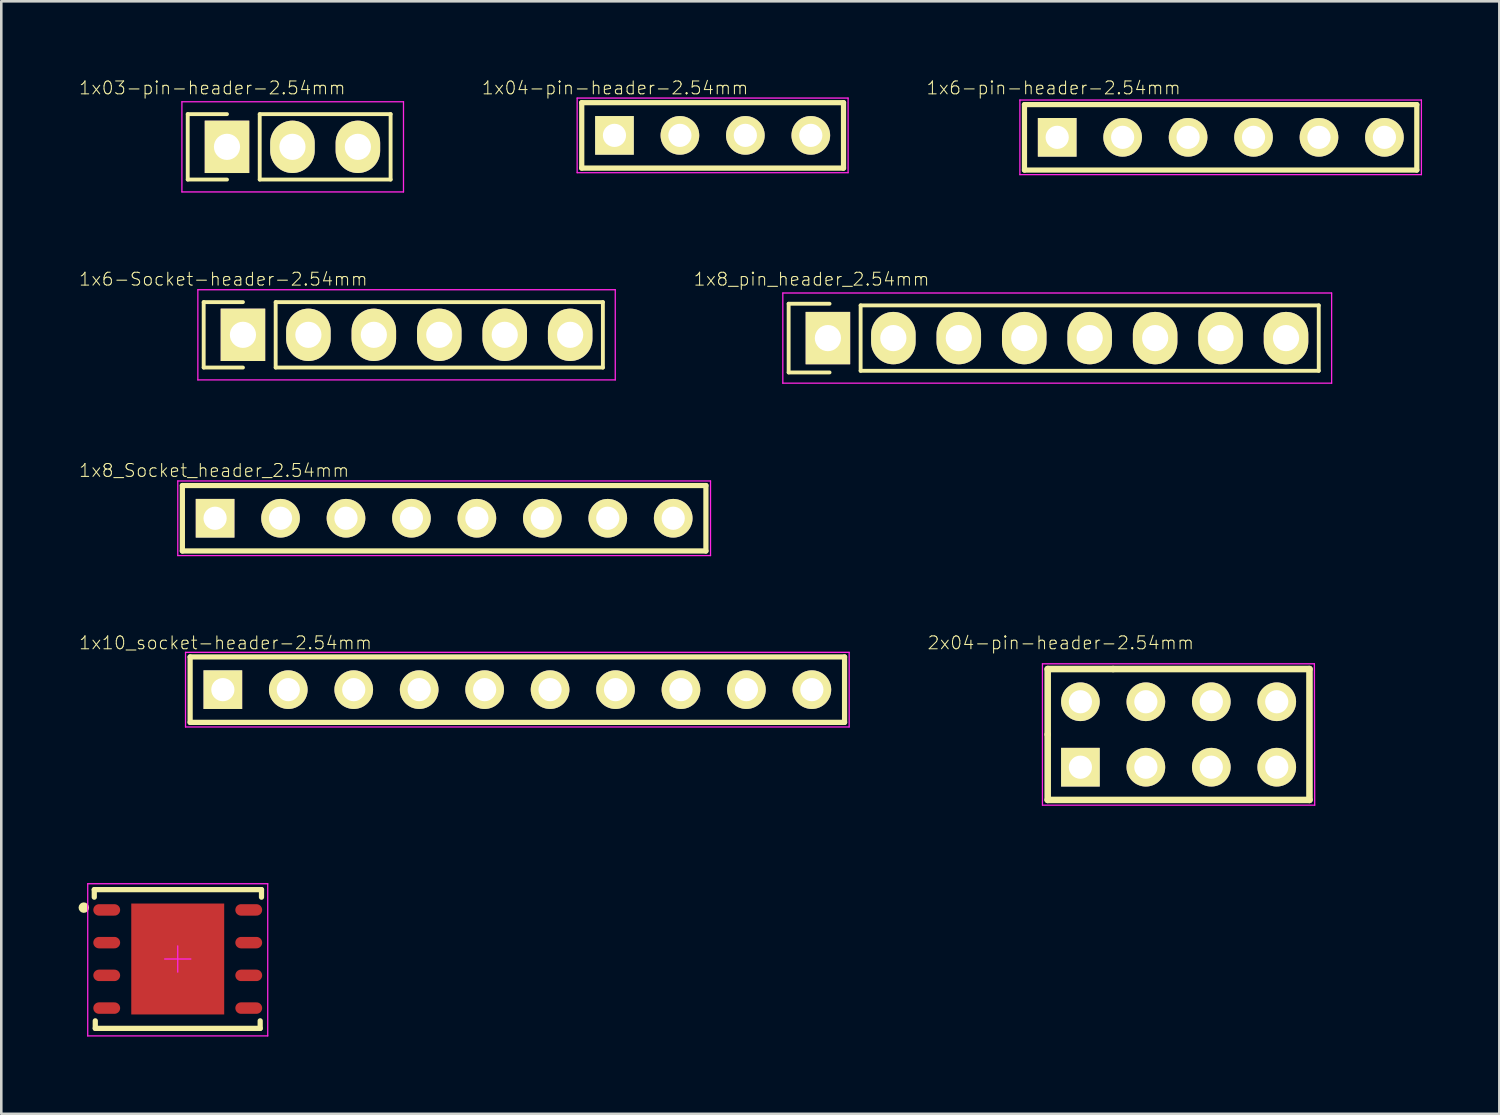
<source format=kicad_pcb>
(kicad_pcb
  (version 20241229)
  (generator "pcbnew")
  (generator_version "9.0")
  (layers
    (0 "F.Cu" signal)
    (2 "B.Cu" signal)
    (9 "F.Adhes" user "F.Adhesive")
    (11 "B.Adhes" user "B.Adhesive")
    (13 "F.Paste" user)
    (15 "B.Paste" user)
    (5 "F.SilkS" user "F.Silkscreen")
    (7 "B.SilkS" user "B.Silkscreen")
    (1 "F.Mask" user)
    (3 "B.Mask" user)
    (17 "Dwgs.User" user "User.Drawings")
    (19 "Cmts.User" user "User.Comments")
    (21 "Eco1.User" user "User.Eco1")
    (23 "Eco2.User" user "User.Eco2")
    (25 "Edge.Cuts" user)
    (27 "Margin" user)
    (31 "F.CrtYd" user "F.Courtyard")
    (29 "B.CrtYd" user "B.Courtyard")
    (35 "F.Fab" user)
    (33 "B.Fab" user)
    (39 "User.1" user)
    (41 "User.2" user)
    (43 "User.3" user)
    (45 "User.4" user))
  (footprint "1x04-pin-header-2.54mm"
    (layer "F.Cu")
    (at 24.608 2.204)
    (property "Reference" "1x04-pin-header-2.54mm" (at -3.785 -1.841 0) (layer "F.SilkS") (effects (font (size 0.5 0.5) (thickness 0.04))))
    (attr through_hole)
    (fp_line (start -5.08 -1.27) (end 5.08 -1.27) (stroke (width 0.203) (type solid)) (layer "F.SilkS"))
    (fp_line (start -5.08 1.27) (end -5.08 -1.27) (stroke (width 0.203) (type solid)) (layer "F.SilkS"))
    (fp_line (start 5.08 -1.27) (end 5.08 1.27) (stroke (width 0.203) (type solid)) (layer "F.SilkS"))
    (fp_line (start 5.08 1.27) (end -5.08 1.27) (stroke (width 0.203) (type solid)) (layer "F.SilkS"))
    (fp_line (start -5.258 -1.448) (end -5.258 1.448) (stroke (width 0.05) (type solid)) (layer "F.CrtYd"))
    (fp_line (start -5.258 1.448) (end 5.258 1.448) (stroke (width 0.05) (type solid)) (layer "F.CrtYd"))
    (fp_line (start -4.064 0) (end -3.556 0) (stroke (width 0.05) (type solid)) (layer "F.CrtYd"))
    (fp_line (start -3.81 -0.254) (end -3.81 0.254) (stroke (width 0.05) (type solid)) (layer "F.CrtYd"))
    (fp_line (start 5.258 -1.448) (end -5.258 -1.448) (stroke (width 0.05) (type solid)) (layer "F.CrtYd"))
    (fp_line (start 5.258 1.448) (end 5.258 -1.448) (stroke (width 0.05) (type solid)) (layer "F.CrtYd"))
    (pad "1" thru_hole rect (at -3.81 0) (size 1.5 1.5) (drill 0.9) (layers "*.Cu" "*.Mask" "F.SilkS"))
    (pad "2" thru_hole circle (at -1.27 0) (size 1.5 1.5) (drill 0.9) (layers "*.Cu" "*.Mask" "F.SilkS"))
    (pad "3" thru_hole circle (at 1.27 0) (size 1.5 1.5) (drill 0.9) (layers "*.Cu" "*.Mask" "F.SilkS"))
    (pad "4" thru_hole circle (at 3.81 0) (size 1.5 1.5) (drill 0.9) (layers "*.Cu" "*.Mask" "F.SilkS")))
  (footprint "DFN-8-6x5mm"
    (layer "F.Cu")
    (at 3.848 34.17)
    (property "Reference" "DFN-8-6x5mm" (at 0.12 -0.93 0) (layer "Eco2.User") (effects (font (size 0.5 0.5) (thickness 0.04))))
    (attr smd)
    (fp_line (start -3.239 -2.692) (end -3.239 -2.4) (stroke (width 0.203) (type solid)) (layer "F.SilkS"))
    (fp_line (start -3.239 -2.692) (end 3.251 -2.692) (stroke (width 0.203) (type solid)) (layer "F.SilkS"))
    (fp_line (start -3.2 2.692) (end -3.2 2.4) (stroke (width 0.203) (type solid)) (layer "F.SilkS"))
    (fp_line (start -3.2 2.692) (end 3.2 2.692) (stroke (width 0.203) (type solid)) (layer "F.SilkS"))
    (fp_line (start 3.2 2.692) (end 3.2 2.4) (stroke (width 0.203) (type solid)) (layer "F.SilkS"))
    (fp_line (start 3.251 -2.692) (end 3.251 -2.4) (stroke (width 0.203) (type solid)) (layer "F.SilkS"))
    (fp_circle (center -3.645 -1.994) (end -3.543 -1.994) (stroke (width 0.203) (type solid)) (fill no) (layer "F.SilkS"))
    (fp_line (start -3.493 -2.921) (end -3.493 2.985) (stroke (width 0.05) (type solid)) (layer "F.CrtYd"))
    (fp_line (start -3.493 -2.921) (end 3.493 -2.921) (stroke (width 0.05) (type solid)) (layer "F.CrtYd"))
    (fp_line (start -3.493 2.985) (end 3.493 2.985) (stroke (width 0.05) (type solid)) (layer "F.CrtYd"))
    (fp_line (start -0.508 0) (end 0.508 0) (stroke (width 0.05) (type solid)) (layer "F.CrtYd"))
    (fp_line (start 0 -0.508) (end 0 0.508) (stroke (width 0.05) (type solid)) (layer "F.CrtYd"))
    (fp_line (start 3.493 2.985) (end 3.493 -2.921) (stroke (width 0.05) (type solid)) (layer "F.CrtYd"))
    (pad "1" smd oval (at -2.756 -1.905) (size 1.041 0.445) (layers "F.Cu" "F.Mask" "F.Paste"))
    (pad "2" smd oval (at -2.756 -0.635) (size 1.041 0.445) (layers "F.Cu" "F.Mask" "F.Paste"))
    (pad "3" smd oval (at -2.756 0.635) (size 1.041 0.445) (layers "F.Cu" "F.Mask" "F.Paste"))
    (pad "4" smd oval (at -2.756 1.905) (size 1.041 0.445) (layers "F.Cu" "F.Mask" "F.Paste"))
    (pad "5" smd oval (at 2.756 1.905) (size 1.041 0.445) (layers "F.Cu" "F.Mask" "F.Paste"))
    (pad "6" smd oval (at 2.756 0.635) (size 1.041 0.445) (layers "F.Cu" "F.Mask" "F.Paste"))
    (pad "7" smd oval (at 2.756 -0.635) (size 1.041 0.445) (layers "F.Cu" "F.Mask" "F.Paste"))
    (pad "8" smd oval (at 2.756 -1.905) (size 1.041 0.445) (layers "F.Cu" "F.Mask" "F.Paste"))
    (pad "9" smd rect (at 0 0) (size 3.607 4.305) (layers "F.Cu" "F.Mask" "F.Paste")))
  (footprint "2x04-pin-header-2.54mm"
    (layer "F.Cu")
    (at 38.882 26.726)
    (property "Reference" "2x04-pin-header-2.54mm" (at -0.762 -4.826 0) (layer "F.SilkS") (effects (font (size 0.5 0.5) (thickness 0.04))))
    (attr through_hole)
    (fp_line (start -1.27 -3.81) (end -1.27 -1.27) (stroke (width 0.254) (type solid)) (layer "F.SilkS"))
    (fp_line (start -1.27 1.27) (end -1.27 -1.27) (stroke (width 0.254) (type solid)) (layer "F.SilkS"))
    (fp_line (start 1.27 -3.81) (end -1.27 -3.81) (stroke (width 0.254) (type solid)) (layer "F.SilkS"))
    (fp_line (start 1.27 -3.81) (end 8.89 -3.81) (stroke (width 0.254) (type solid)) (layer "F.SilkS"))
    (fp_line (start 8.89 -3.81) (end 8.89 1.27) (stroke (width 0.254) (type solid)) (layer "F.SilkS"))
    (fp_line (start 8.89 1.27) (end -1.27 1.27) (stroke (width 0.254) (type solid)) (layer "F.SilkS"))
    (fp_line (start -1.473 -4.013) (end 9.081 -4.013) (stroke (width 0.05) (type solid)) (layer "F.CrtYd"))
    (fp_line (start -1.473 1.473) (end -1.473 -4.013) (stroke (width 0.05) (type solid)) (layer "F.CrtYd"))
    (fp_line (start -0.254 0) (end 0.254 0) (stroke (width 0.05) (type solid)) (layer "F.CrtYd"))
    (fp_line (start 0 -0.254) (end 0 0.254) (stroke (width 0.05) (type solid)) (layer "F.CrtYd"))
    (fp_line (start 9.081 -4.013) (end 9.093 1.473) (stroke (width 0.05) (type solid)) (layer "F.CrtYd"))
    (fp_line (start 9.093 1.473) (end -1.473 1.473) (stroke (width 0.05) (type solid)) (layer "F.CrtYd"))
    (pad "1" thru_hole rect (at 0 0) (size 1.5 1.5) (drill 0.9) (layers "*.Cu" "*.Mask" "F.SilkS"))
    (pad "2" thru_hole circle (at 0 -2.54) (size 1.5 1.5) (drill 0.9) (layers "*.Cu" "*.Mask" "F.SilkS"))
    (pad "3" thru_hole circle (at 2.54 0) (size 1.5 1.5) (drill 0.9) (layers "*.Cu" "*.Mask" "F.SilkS"))
    (pad "4" thru_hole circle (at 2.54 -2.54) (size 1.5 1.5) (drill 0.9) (layers "*.Cu" "*.Mask" "F.SilkS"))
    (pad "5" thru_hole circle (at 5.08 0) (size 1.5 1.5) (drill 0.9) (layers "*.Cu" "*.Mask" "F.SilkS"))
    (pad "6" thru_hole circle (at 5.08 -2.54) (size 1.5 1.5) (drill 0.9) (layers "*.Cu" "*.Mask" "F.SilkS"))
    (pad "7" thru_hole circle (at 7.62 0) (size 1.5 1.5) (drill 0.9) (layers "*.Cu" "*.Mask" "F.SilkS"))
    (pad "8" thru_hole circle (at 7.62 -2.54) (size 1.5 1.5) (drill 0.9) (layers "*.Cu" "*.Mask" "F.SilkS")))
  (footprint "1x6-pin-header-2.54mm"
    (layer "F.Cu")
    (at 37.981 2.28)
    (property "Reference" "1x6-pin-header-2.54mm" (at -0.14 -1.918 0) (layer "F.SilkS") (effects (font (size 0.5 0.5) (thickness 0.04))))
    (attr through_hole)
    (fp_line (start -1.27 -1.27) (end -1.27 1.27) (stroke (width 0.203) (type solid)) (layer "F.SilkS"))
    (fp_line (start -1.27 -1.27) (end 13.957 -1.27) (stroke (width 0.203) (type solid)) (layer "F.SilkS"))
    (fp_line (start -1.27 1.27) (end 13.957 1.27) (stroke (width 0.203) (type solid)) (layer "F.SilkS"))
    (fp_line (start 13.957 -1.27) (end 13.957 1.27) (stroke (width 0.203) (type solid)) (layer "F.SilkS"))
    (fp_line (start -1.448 -1.448) (end -1.448 1.448) (stroke (width 0.05) (type solid)) (layer "F.CrtYd"))
    (fp_line (start -1.448 -1.448) (end 14.135 -1.448) (stroke (width 0.05) (type solid)) (layer "F.CrtYd"))
    (fp_line (start -1.448 1.448) (end 14.135 1.448) (stroke (width 0.05) (type solid)) (layer "F.CrtYd"))
    (fp_line (start -0.254 0) (end 0.254 0) (stroke (width 0.05) (type solid)) (layer "F.CrtYd"))
    (fp_line (start 0 -0.254) (end 0 0.254) (stroke (width 0.05) (type solid)) (layer "F.CrtYd"))
    (fp_line (start 14.135 -1.448) (end 14.135 1.448) (stroke (width 0.05) (type solid)) (layer "F.CrtYd"))
    (pad "1" thru_hole rect (at 0 0) (size 1.5 1.5) (drill 0.9) (layers "*.Cu" "*.Mask" "F.SilkS"))
    (pad "2" thru_hole circle (at 2.54 0) (size 1.5 1.5) (drill 0.9) (layers "*.Cu" "*.Mask" "F.SilkS"))
    (pad "3" thru_hole circle (at 5.08 0) (size 1.5 1.5) (drill 0.9) (layers "*.Cu" "*.Mask" "F.SilkS"))
    (pad "4" thru_hole circle (at 7.62 0) (size 1.5 1.5) (drill 0.9) (layers "*.Cu" "*.Mask" "F.SilkS"))
    (pad "5" thru_hole circle (at 10.16 0) (size 1.5 1.5) (drill 0.9) (layers "*.Cu" "*.Mask" "F.SilkS"))
    (pad "6" thru_hole circle (at 12.7 0) (size 1.5 1.5) (drill 0.9) (layers "*.Cu" "*.Mask" "F.SilkS")))
  (footprint "1x8_pin_header_2.54mm"
    (layer "F.Cu")
    (at 29.082 10.072)
    (property "Reference" "1x8_pin_header_2.54mm" (at -0.635 -2.286 0) (layer "F.SilkS") (effects (font (size 0.5 0.5) (thickness 0.04))))
    (attr through_hole)
    (fp_line (start -1.524 -1.333) (end -1.524 1.333) (stroke (width 0.15) (type solid)) (layer "F.SilkS"))
    (fp_line (start -1.524 -1.333) (end 0.064 -1.333) (stroke (width 0.15) (type solid)) (layer "F.SilkS"))
    (fp_line (start -1.524 1.333) (end 0.064 1.333) (stroke (width 0.15) (type solid)) (layer "F.SilkS"))
    (fp_line (start 1.27 1.27) (end 1.27 -1.27) (stroke (width 0.15) (type solid)) (layer "F.SilkS"))
    (fp_line (start 1.27 1.27) (end 19.05 1.27) (stroke (width 0.15) (type solid)) (layer "F.SilkS"))
    (fp_line (start 19.05 -1.27) (end 1.27 -1.27) (stroke (width 0.15) (type solid)) (layer "F.SilkS"))
    (fp_line (start 19.05 1.27) (end 19.05 -1.27) (stroke (width 0.15) (type solid)) (layer "F.SilkS"))
    (fp_line (start -1.75 -1.75) (end -1.75 1.75) (stroke (width 0.05) (type solid)) (layer "F.CrtYd"))
    (fp_line (start -1.75 -1.75) (end 19.55 -1.75) (stroke (width 0.05) (type solid)) (layer "F.CrtYd"))
    (fp_line (start -1.75 1.75) (end 19.55 1.75) (stroke (width 0.05) (type solid)) (layer "F.CrtYd"))
    (fp_line (start 19.55 -1.75) (end 19.55 1.75) (stroke (width 0.05) (type solid)) (layer "F.CrtYd"))
    (pad "1" thru_hole rect (at 0 0) (size 1.727 2.032) (drill 1.016) (layers "*.Cu" "*.Mask" "F.SilkS"))
    (pad "2" thru_hole oval (at 2.54 0) (size 1.727 2.032) (drill 1.016) (layers "*.Cu" "*.Mask" "F.SilkS"))
    (pad "3" thru_hole oval (at 5.08 0) (size 1.727 2.032) (drill 1.016) (layers "*.Cu" "*.Mask" "F.SilkS"))
    (pad "4" thru_hole oval (at 7.62 0) (size 1.727 2.032) (drill 1.016) (layers "*.Cu" "*.Mask" "F.SilkS"))
    (pad "5" thru_hole oval (at 10.16 0) (size 1.727 2.032) (drill 1.016) (layers "*.Cu" "*.Mask" "F.SilkS"))
    (pad "6" thru_hole oval (at 12.7 0) (size 1.727 2.032) (drill 1.016) (layers "*.Cu" "*.Mask" "F.SilkS"))
    (pad "7" thru_hole oval (at 15.24 0) (size 1.727 2.032) (drill 1.016) (layers "*.Cu" "*.Mask" "F.SilkS"))
    (pad "8" thru_hole oval (at 17.78 0) (size 1.727 2.032) (drill 1.016) (layers "*.Cu" "*.Mask" "F.SilkS")))
  (footprint "1x6-Socket-header-2.54mm"
    (layer "F.Cu")
    (at 6.379 9.945)
    (property "Reference" "1x6-Socket-header-2.54mm" (at -0.762 -2.159 0) (layer "F.SilkS") (effects (font (size 0.5 0.5) (thickness 0.04))))
    (attr through_hole)
    (fp_line (start -1.524 -1.27) (end -1.524 1.27) (stroke (width 0.15) (type solid)) (layer "F.SilkS"))
    (fp_line (start -1.524 -1.27) (end 0 -1.27) (stroke (width 0.15) (type solid)) (layer "F.SilkS"))
    (fp_line (start -1.524 1.27) (end 0 1.27) (stroke (width 0.15) (type solid)) (layer "F.SilkS"))
    (fp_line (start 1.27 1.27) (end 1.27 -1.27) (stroke (width 0.15) (type solid)) (layer "F.SilkS"))
    (fp_line (start 1.27 1.27) (end 13.97 1.27) (stroke (width 0.15) (type solid)) (layer "F.SilkS"))
    (fp_line (start 13.97 -1.27) (end 1.27 -1.27) (stroke (width 0.15) (type solid)) (layer "F.SilkS"))
    (fp_line (start 13.97 1.27) (end 13.97 -1.27) (stroke (width 0.15) (type solid)) (layer "F.SilkS"))
    (fp_line (start -1.75 -1.75) (end -1.75 1.75) (stroke (width 0.05) (type solid)) (layer "F.CrtYd"))
    (fp_line (start -1.75 -1.75) (end 14.45 -1.75) (stroke (width 0.05) (type solid)) (layer "F.CrtYd"))
    (fp_line (start -1.75 1.75) (end 14.45 1.75) (stroke (width 0.05) (type solid)) (layer "F.CrtYd"))
    (fp_line (start 14.45 -1.75) (end 14.45 1.75) (stroke (width 0.05) (type solid)) (layer "F.CrtYd"))
    (pad "1" thru_hole rect (at 0 0) (size 1.727 2.032) (drill 1.016) (layers "*.Cu" "*.Mask" "F.SilkS"))
    (pad "2" thru_hole oval (at 2.54 0) (size 1.727 2.032) (drill 1.016) (layers "*.Cu" "*.Mask" "F.SilkS"))
    (pad "3" thru_hole oval (at 5.08 0) (size 1.727 2.032) (drill 1.016) (layers "*.Cu" "*.Mask" "F.SilkS"))
    (pad "4" thru_hole oval (at 7.62 0) (size 1.727 2.032) (drill 1.016) (layers "*.Cu" "*.Mask" "F.SilkS"))
    (pad "5" thru_hole oval (at 10.16 0) (size 1.727 2.032) (drill 1.016) (layers "*.Cu" "*.Mask" "F.SilkS"))
    (pad "6" thru_hole oval (at 12.7 0) (size 1.727 2.032) (drill 1.016) (layers "*.Cu" "*.Mask" "F.SilkS")))
  (footprint "1x03-pin-header-2.54mm"
    (layer "F.Cu")
    (at 8.3 2.649)
    (property "Reference" "1x03-pin-header-2.54mm" (at -3.111 -2.286 0) (layer "F.SilkS") (effects (font (size 0.5 0.5) (thickness 0.04))))
    (attr through_hole)
    (fp_line (start -4.064 -1.27) (end -4.064 1.27) (stroke (width 0.15) (type solid)) (layer "F.SilkS"))
    (fp_line (start -4.064 -1.27) (end -2.54 -1.27) (stroke (width 0.15) (type solid)) (layer "F.SilkS"))
    (fp_line (start -4.064 1.27) (end -2.54 1.27) (stroke (width 0.15) (type solid)) (layer "F.SilkS"))
    (fp_line (start -1.27 -1.27) (end 3.81 -1.27) (stroke (width 0.15) (type solid)) (layer "F.SilkS"))
    (fp_line (start -1.27 1.27) (end -1.27 -1.27) (stroke (width 0.15) (type solid)) (layer "F.SilkS"))
    (fp_line (start 3.81 -1.27) (end 3.81 1.27) (stroke (width 0.15) (type solid)) (layer "F.SilkS"))
    (fp_line (start 3.81 1.27) (end -1.27 1.27) (stroke (width 0.15) (type solid)) (layer "F.SilkS"))
    (fp_line (start -4.29 -1.75) (end -4.29 1.75) (stroke (width 0.05) (type solid)) (layer "F.CrtYd"))
    (fp_line (start -4.29 -1.75) (end 4.31 -1.75) (stroke (width 0.05) (type solid)) (layer "F.CrtYd"))
    (fp_line (start -4.29 1.75) (end 4.31 1.75) (stroke (width 0.05) (type solid)) (layer "F.CrtYd"))
    (fp_line (start 4.31 -1.75) (end 4.31 1.75) (stroke (width 0.05) (type solid)) (layer "F.CrtYd"))
    (pad "1" thru_hole rect (at -2.54 0) (size 1.727 2.032) (drill 1.016) (layers "*.Cu" "*.Mask" "F.SilkS"))
    (pad "2" thru_hole oval (at 0 0) (size 1.727 2.032) (drill 1.016) (layers "*.Cu" "*.Mask" "F.SilkS"))
    (pad "3" thru_hole oval (at 2.54 0) (size 1.727 2.032) (drill 1.016) (layers "*.Cu" "*.Mask" "F.SilkS")))
  (footprint "1x10_socket-header-2.54mm"
    (layer "F.Cu")
    (at 5.599 23.716)
    (property "Reference" "1x10_socket-header-2.54mm" (at 0.102 -1.816 0) (layer "F.SilkS") (effects (font (size 0.5 0.5) (thickness 0.04))))
    (attr through_hole)
    (fp_line (start -1.27 -1.27) (end -1.27 1.27) (stroke (width 0.203) (type solid)) (layer "F.SilkS"))
    (fp_line (start -1.27 -1.27) (end 24.13 -1.27) (stroke (width 0.203) (type solid)) (layer "F.SilkS"))
    (fp_line (start -1.27 1.27) (end 24.13 1.27) (stroke (width 0.203) (type solid)) (layer "F.SilkS"))
    (fp_line (start 24.13 -1.27) (end 24.13 1.27) (stroke (width 0.203) (type solid)) (layer "F.SilkS"))
    (fp_line (start -1.448 -1.448) (end -1.448 1.448) (stroke (width 0.05) (type solid)) (layer "F.CrtYd"))
    (fp_line (start -1.448 -1.448) (end 24.308 -1.448) (stroke (width 0.05) (type solid)) (layer "F.CrtYd"))
    (fp_line (start -1.448 1.448) (end 24.308 1.448) (stroke (width 0.05) (type solid)) (layer "F.CrtYd"))
    (fp_line (start -0.254 0) (end 0.254 0) (stroke (width 0.05) (type solid)) (layer "F.CrtYd"))
    (fp_line (start 0 -0.254) (end 0 0.254) (stroke (width 0.05) (type solid)) (layer "F.CrtYd"))
    (fp_line (start 24.308 -1.448) (end 24.308 1.448) (stroke (width 0.05) (type solid)) (layer "F.CrtYd"))
    (pad "1" thru_hole rect (at 0 0) (size 1.5 1.5) (drill 0.9) (layers "*.Cu" "*.Mask" "F.SilkS"))
    (pad "2" thru_hole circle (at 2.54 0) (size 1.5 1.5) (drill 0.9) (layers "*.Cu" "*.Mask" "F.SilkS"))
    (pad "3" thru_hole circle (at 5.08 0) (size 1.5 1.5) (drill 0.9) (layers "*.Cu" "*.Mask" "F.SilkS"))
    (pad "4" thru_hole circle (at 7.62 0) (size 1.5 1.5) (drill 0.9) (layers "*.Cu" "*.Mask" "F.SilkS"))
    (pad "5" thru_hole circle (at 10.16 0) (size 1.5 1.5) (drill 0.9) (layers "*.Cu" "*.Mask" "F.SilkS"))
    (pad "6" thru_hole circle (at 12.7 0) (size 1.5 1.5) (drill 0.9) (layers "*.Cu" "*.Mask" "F.SilkS"))
    (pad "7" thru_hole circle (at 15.24 0) (size 1.5 1.5) (drill 0.9) (layers "*.Cu" "*.Mask" "F.SilkS"))
    (pad "8" thru_hole circle (at 17.78 0) (size 1.5 1.5) (drill 0.9) (layers "*.Cu" "*.Mask" "F.SilkS"))
    (pad "9" thru_hole circle (at 20.32 0) (size 1.5 1.5) (drill 0.9) (layers "*.Cu" "*.Mask" "F.SilkS"))
    (pad "10" thru_hole circle (at 22.86 0) (size 1.5 1.5) (drill 0.9) (layers "*.Cu" "*.Mask" "F.SilkS")))
  (footprint "1x8_Socket_header_2.54mm"
    (layer "F.Cu")
    (at 5.298 17.064)
    (property "Reference" "1x8_Socket_header_2.54mm" (at -0.038 -1.854 0) (layer "F.SilkS") (effects (font (size 0.5 0.5) (thickness 0.04))))
    (attr through_hole)
    (fp_line (start -1.27 -1.27) (end -1.27 1.27) (stroke (width 0.203) (type solid)) (layer "F.SilkS"))
    (fp_line (start -1.27 -1.27) (end 19.05 -1.27) (stroke (width 0.203) (type solid)) (layer "F.SilkS"))
    (fp_line (start -1.27 1.27) (end 19.05 1.27) (stroke (width 0.203) (type solid)) (layer "F.SilkS"))
    (fp_line (start 19.05 -1.27) (end 19.05 1.27) (stroke (width 0.203) (type solid)) (layer "F.SilkS"))
    (fp_line (start -1.448 -1.448) (end -1.448 1.448) (stroke (width 0.05) (type solid)) (layer "F.CrtYd"))
    (fp_line (start -1.448 -1.448) (end 19.228 -1.448) (stroke (width 0.05) (type solid)) (layer "F.CrtYd"))
    (fp_line (start -1.448 1.448) (end 19.228 1.448) (stroke (width 0.05) (type solid)) (layer "F.CrtYd"))
    (fp_line (start -0.254 0) (end 0.254 0) (stroke (width 0.05) (type solid)) (layer "F.CrtYd"))
    (fp_line (start 0 -0.254) (end 0 0.254) (stroke (width 0.05) (type solid)) (layer "F.CrtYd"))
    (fp_line (start 19.228 -1.448) (end 19.228 1.448) (stroke (width 0.05) (type solid)) (layer "F.CrtYd"))
    (pad "1" thru_hole rect (at 0 0) (size 1.5 1.5) (drill 0.9) (layers "*.Cu" "*.Mask" "F.SilkS"))
    (pad "2" thru_hole circle (at 2.54 0) (size 1.5 1.5) (drill 0.9) (layers "*.Cu" "*.Mask" "F.SilkS"))
    (pad "3" thru_hole circle (at 5.08 0) (size 1.5 1.5) (drill 0.9) (layers "*.Cu" "*.Mask" "F.SilkS"))
    (pad "4" thru_hole circle (at 7.62 0) (size 1.5 1.5) (drill 0.9) (layers "*.Cu" "*.Mask" "F.SilkS"))
    (pad "5" thru_hole circle (at 10.16 0) (size 1.5 1.5) (drill 0.9) (layers "*.Cu" "*.Mask" "F.SilkS"))
    (pad "6" thru_hole circle (at 12.7 0) (size 1.5 1.5) (drill 0.9) (layers "*.Cu" "*.Mask" "F.SilkS"))
    (pad "7" thru_hole circle (at 15.24 0) (size 1.5 1.5) (drill 0.9) (layers "*.Cu" "*.Mask" "F.SilkS"))
    (pad "8" thru_hole circle (at 17.78 0) (size 1.5 1.5) (drill 0.9) (layers "*.Cu" "*.Mask" "F.SilkS")))
  (gr_rect
    (start -3 -3)
    (end 55.141 40.179)
    (stroke (width 0.1) (type default))
    (fill no)
    (layer "Edge.Cuts")))
</source>
